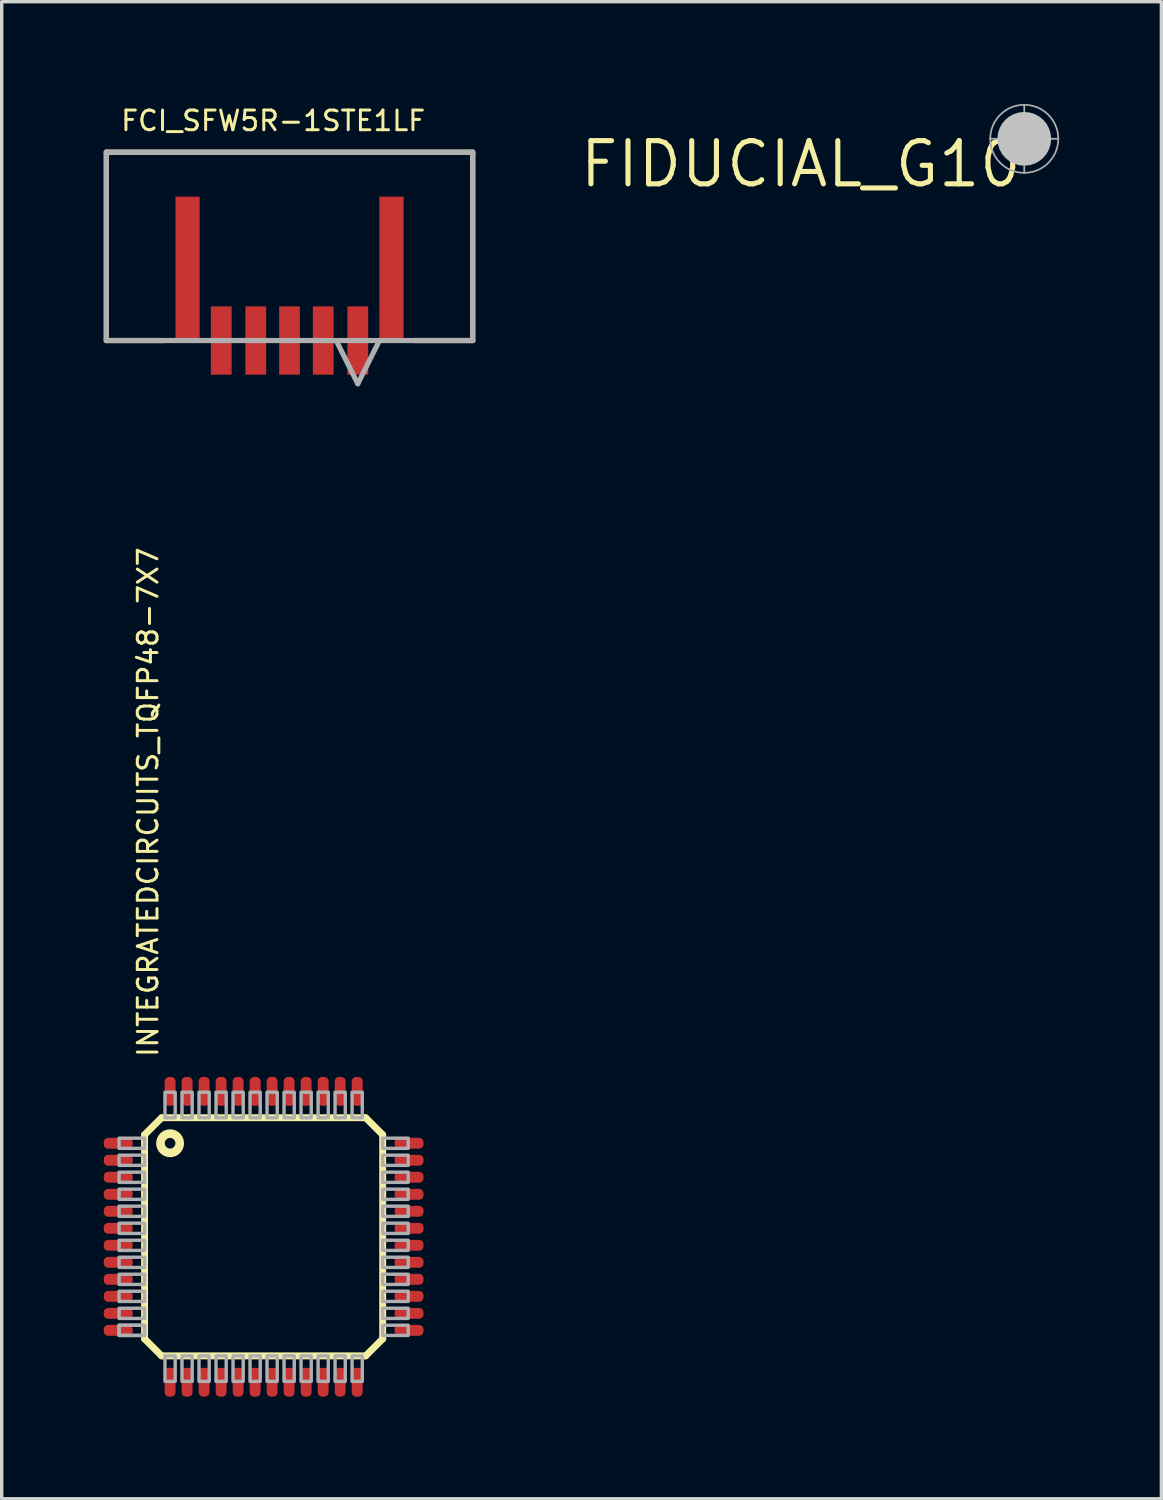
<source format=kicad_pcb>
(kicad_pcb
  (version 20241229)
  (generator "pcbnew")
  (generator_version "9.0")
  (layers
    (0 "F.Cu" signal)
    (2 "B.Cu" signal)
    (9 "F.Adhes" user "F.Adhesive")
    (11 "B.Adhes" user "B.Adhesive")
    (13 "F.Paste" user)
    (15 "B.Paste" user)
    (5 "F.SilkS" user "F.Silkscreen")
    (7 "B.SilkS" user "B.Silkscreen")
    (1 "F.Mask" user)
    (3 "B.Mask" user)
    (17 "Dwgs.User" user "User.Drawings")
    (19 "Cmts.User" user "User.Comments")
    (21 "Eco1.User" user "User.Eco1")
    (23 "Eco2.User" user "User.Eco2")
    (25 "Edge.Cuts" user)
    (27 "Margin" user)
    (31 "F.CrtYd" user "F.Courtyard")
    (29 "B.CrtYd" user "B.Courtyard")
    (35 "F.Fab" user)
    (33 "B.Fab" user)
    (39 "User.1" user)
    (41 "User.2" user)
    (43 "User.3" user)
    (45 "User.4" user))
  (footprint "INTEGRATEDCIRCUITS_TQFP48-7X7"
    (layer "F.Cu")
    (at 4.7 33.308)
    (property "Reference" "INTEGRATEDCIRCUITS_TQFP48-7X7" (at -3.06 -5.235 270) (layer "F.SilkS") (effects (font (size 0.579 0.579) (thickness 0.087)) (justify left bottom)))
    (attr through_hole)
    (fp_line (start -3.5 -3) (end -3 -3.5) (stroke (width 0.203) (type solid)) (layer "F.SilkS"))
    (fp_line (start -3.5 3) (end -3.5 -3) (stroke (width 0.203) (type solid)) (layer "F.SilkS"))
    (fp_line (start -3 -3.5) (end 3 -3.5) (stroke (width 0.203) (type solid)) (layer "F.SilkS"))
    (fp_line (start -3 3.5) (end -3.5 3) (stroke (width 0.203) (type solid)) (layer "F.SilkS"))
    (fp_line (start 3 -3.5) (end 3.5 -3) (stroke (width 0.203) (type solid)) (layer "F.SilkS"))
    (fp_line (start 3 3.5) (end -3 3.5) (stroke (width 0.203) (type solid)) (layer "F.SilkS"))
    (fp_line (start 3.5 -3) (end 3.5 3) (stroke (width 0.203) (type solid)) (layer "F.SilkS"))
    (fp_line (start 3.5 3) (end 3 3.5) (stroke (width 0.203) (type solid)) (layer "F.SilkS"))
    (fp_circle (center -2.75 -2.75) (end -2.467 -2.75) (stroke (width 0.254) (type solid)) (fill no) (layer "F.SilkS"))
    (fp_poly (pts (xy -4.25 -2.6) (xy -3.5 -2.6) (xy -3.5 -2.9) (xy -4.25 -2.9)) (stroke (width 0.1) (type solid)) (fill no) (layer "F.Fab"))
    (fp_poly (pts (xy -4.25 -2.1) (xy -3.5 -2.1) (xy -3.5 -2.4) (xy -4.25 -2.4)) (stroke (width 0.1) (type solid)) (fill no) (layer "F.Fab"))
    (fp_poly (pts (xy -4.25 -1.6) (xy -3.5 -1.6) (xy -3.5 -1.9) (xy -4.25 -1.9)) (stroke (width 0.1) (type solid)) (fill no) (layer "F.Fab"))
    (fp_poly (pts (xy -4.25 -1.1) (xy -3.5 -1.1) (xy -3.5 -1.4) (xy -4.25 -1.4)) (stroke (width 0.1) (type solid)) (fill no) (layer "F.Fab"))
    (fp_poly (pts (xy -4.25 -0.6) (xy -3.5 -0.6) (xy -3.5 -0.9) (xy -4.25 -0.9)) (stroke (width 0.1) (type solid)) (fill no) (layer "F.Fab"))
    (fp_poly (pts (xy -4.25 -0.1) (xy -3.5 -0.1) (xy -3.5 -0.4) (xy -4.25 -0.4)) (stroke (width 0.1) (type solid)) (fill no) (layer "F.Fab"))
    (fp_poly (pts (xy -4.25 0.4) (xy -3.5 0.4) (xy -3.5 0.1) (xy -4.25 0.1)) (stroke (width 0.1) (type solid)) (fill no) (layer "F.Fab"))
    (fp_poly (pts (xy -4.25 0.9) (xy -3.5 0.9) (xy -3.5 0.6) (xy -4.25 0.6)) (stroke (width 0.1) (type solid)) (fill no) (layer "F.Fab"))
    (fp_poly (pts (xy -4.25 1.4) (xy -3.5 1.4) (xy -3.5 1.1) (xy -4.25 1.1)) (stroke (width 0.1) (type solid)) (fill no) (layer "F.Fab"))
    (fp_poly (pts (xy -4.25 1.9) (xy -3.5 1.9) (xy -3.5 1.6) (xy -4.25 1.6)) (stroke (width 0.1) (type solid)) (fill no) (layer "F.Fab"))
    (fp_poly (pts (xy -4.25 2.4) (xy -3.5 2.4) (xy -3.5 2.1) (xy -4.25 2.1)) (stroke (width 0.1) (type solid)) (fill no) (layer "F.Fab"))
    (fp_poly (pts (xy -4.25 2.9) (xy -3.5 2.9) (xy -3.5 2.6) (xy -4.25 2.6)) (stroke (width 0.1) (type solid)) (fill no) (layer "F.Fab"))
    (fp_poly (pts (xy -4.25 2.9) (xy -3.5 2.9) (xy -3.5 2.6) (xy -4.25 2.6)) (stroke (width 0.1) (type solid)) (fill no) (layer "F.Fab"))
    (fp_poly (pts (xy -2.9 -3.5) (xy -2.6 -3.5) (xy -2.6 -4.25) (xy -2.9 -4.25)) (stroke (width 0.1) (type solid)) (fill no) (layer "F.Fab"))
    (fp_poly (pts (xy -2.9 4.25) (xy -2.6 4.25) (xy -2.6 3.5) (xy -2.9 3.5)) (stroke (width 0.1) (type solid)) (fill no) (layer "F.Fab"))
    (fp_poly (pts (xy -2.4 -3.5) (xy -2.1 -3.5) (xy -2.1 -4.25) (xy -2.4 -4.25)) (stroke (width 0.1) (type solid)) (fill no) (layer "F.Fab"))
    (fp_poly (pts (xy -2.4 4.25) (xy -2.1 4.25) (xy -2.1 3.5) (xy -2.4 3.5)) (stroke (width 0.1) (type solid)) (fill no) (layer "F.Fab"))
    (fp_poly (pts (xy -1.9 -3.5) (xy -1.6 -3.5) (xy -1.6 -4.25) (xy -1.9 -4.25)) (stroke (width 0.1) (type solid)) (fill no) (layer "F.Fab"))
    (fp_poly (pts (xy -1.9 4.25) (xy -1.6 4.25) (xy -1.6 3.5) (xy -1.9 3.5)) (stroke (width 0.1) (type solid)) (fill no) (layer "F.Fab"))
    (fp_poly (pts (xy -1.4 -3.5) (xy -1.1 -3.5) (xy -1.1 -4.25) (xy -1.4 -4.25)) (stroke (width 0.1) (type solid)) (fill no) (layer "F.Fab"))
    (fp_poly (pts (xy -1.4 4.25) (xy -1.1 4.25) (xy -1.1 3.5) (xy -1.4 3.5)) (stroke (width 0.1) (type solid)) (fill no) (layer "F.Fab"))
    (fp_poly (pts (xy -0.9 -3.5) (xy -0.6 -3.5) (xy -0.6 -4.25) (xy -0.9 -4.25)) (stroke (width 0.1) (type solid)) (fill no) (layer "F.Fab"))
    (fp_poly (pts (xy -0.9 4.25) (xy -0.6 4.25) (xy -0.6 3.5) (xy -0.9 3.5)) (stroke (width 0.1) (type solid)) (fill no) (layer "F.Fab"))
    (fp_poly (pts (xy -0.4 -3.5) (xy -0.1 -3.5) (xy -0.1 -4.25) (xy -0.4 -4.25)) (stroke (width 0.1) (type solid)) (fill no) (layer "F.Fab"))
    (fp_poly (pts (xy -0.4 4.25) (xy -0.1 4.25) (xy -0.1 3.5) (xy -0.4 3.5)) (stroke (width 0.1) (type solid)) (fill no) (layer "F.Fab"))
    (fp_poly (pts (xy 0.1 -3.5) (xy 0.4 -3.5) (xy 0.4 -4.25) (xy 0.1 -4.25)) (stroke (width 0.1) (type solid)) (fill no) (layer "F.Fab"))
    (fp_poly (pts (xy 0.1 4.25) (xy 0.4 4.25) (xy 0.4 3.5) (xy 0.1 3.5)) (stroke (width 0.1) (type solid)) (fill no) (layer "F.Fab"))
    (fp_poly (pts (xy 0.6 -3.5) (xy 0.9 -3.5) (xy 0.9 -4.25) (xy 0.6 -4.25)) (stroke (width 0.1) (type solid)) (fill no) (layer "F.Fab"))
    (fp_poly (pts (xy 0.6 4.25) (xy 0.9 4.25) (xy 0.9 3.5) (xy 0.6 3.5)) (stroke (width 0.1) (type solid)) (fill no) (layer "F.Fab"))
    (fp_poly (pts (xy 1.1 -3.5) (xy 1.4 -3.5) (xy 1.4 -4.25) (xy 1.1 -4.25)) (stroke (width 0.1) (type solid)) (fill no) (layer "F.Fab"))
    (fp_poly (pts (xy 1.1 4.25) (xy 1.4 4.25) (xy 1.4 3.5) (xy 1.1 3.5)) (stroke (width 0.1) (type solid)) (fill no) (layer "F.Fab"))
    (fp_poly (pts (xy 1.6 -3.5) (xy 1.9 -3.5) (xy 1.9 -4.25) (xy 1.6 -4.25)) (stroke (width 0.1) (type solid)) (fill no) (layer "F.Fab"))
    (fp_poly (pts (xy 1.6 4.25) (xy 1.9 4.25) (xy 1.9 3.5) (xy 1.6 3.5)) (stroke (width 0.1) (type solid)) (fill no) (layer "F.Fab"))
    (fp_poly (pts (xy 2.1 -3.5) (xy 2.4 -3.5) (xy 2.4 -4.25) (xy 2.1 -4.25)) (stroke (width 0.1) (type solid)) (fill no) (layer "F.Fab"))
    (fp_poly (pts (xy 2.1 4.25) (xy 2.4 4.25) (xy 2.4 3.5) (xy 2.1 3.5)) (stroke (width 0.1) (type solid)) (fill no) (layer "F.Fab"))
    (fp_poly (pts (xy 2.6 -3.5) (xy 2.9 -3.5) (xy 2.9 -4.25) (xy 2.6 -4.25)) (stroke (width 0.1) (type solid)) (fill no) (layer "F.Fab"))
    (fp_poly (pts (xy 2.6 4.25) (xy 2.9 4.25) (xy 2.9 3.5) (xy 2.6 3.5)) (stroke (width 0.1) (type solid)) (fill no) (layer "F.Fab"))
    (fp_poly (pts (xy 3.5 -2.6) (xy 4.25 -2.6) (xy 4.25 -2.9) (xy 3.5 -2.9)) (stroke (width 0.1) (type solid)) (fill no) (layer "F.Fab"))
    (fp_poly (pts (xy 3.5 -2.1) (xy 4.25 -2.1) (xy 4.25 -2.4) (xy 3.5 -2.4)) (stroke (width 0.1) (type solid)) (fill no) (layer "F.Fab"))
    (fp_poly (pts (xy 3.5 -1.6) (xy 4.25 -1.6) (xy 4.25 -1.9) (xy 3.5 -1.9)) (stroke (width 0.1) (type solid)) (fill no) (layer "F.Fab"))
    (fp_poly (pts (xy 3.5 -1.1) (xy 4.25 -1.1) (xy 4.25 -1.4) (xy 3.5 -1.4)) (stroke (width 0.1) (type solid)) (fill no) (layer "F.Fab"))
    (fp_poly (pts (xy 3.5 -0.6) (xy 4.25 -0.6) (xy 4.25 -0.9) (xy 3.5 -0.9)) (stroke (width 0.1) (type solid)) (fill no) (layer "F.Fab"))
    (fp_poly (pts (xy 3.5 -0.1) (xy 4.25 -0.1) (xy 4.25 -0.4) (xy 3.5 -0.4)) (stroke (width 0.1) (type solid)) (fill no) (layer "F.Fab"))
    (fp_poly (pts (xy 3.5 0.4) (xy 4.25 0.4) (xy 4.25 0.1) (xy 3.5 0.1)) (stroke (width 0.1) (type solid)) (fill no) (layer "F.Fab"))
    (fp_poly (pts (xy 3.5 0.9) (xy 4.25 0.9) (xy 4.25 0.6) (xy 3.5 0.6)) (stroke (width 0.1) (type solid)) (fill no) (layer "F.Fab"))
    (fp_poly (pts (xy 3.5 1.4) (xy 4.25 1.4) (xy 4.25 1.1) (xy 3.5 1.1)) (stroke (width 0.1) (type solid)) (fill no) (layer "F.Fab"))
    (fp_poly (pts (xy 3.5 1.9) (xy 4.25 1.9) (xy 4.25 1.6) (xy 3.5 1.6)) (stroke (width 0.1) (type solid)) (fill no) (layer "F.Fab"))
    (fp_poly (pts (xy 3.5 2.4) (xy 4.25 2.4) (xy 4.25 2.1) (xy 3.5 2.1)) (stroke (width 0.1) (type solid)) (fill no) (layer "F.Fab"))
    (fp_poly (pts (xy 3.5 2.9) (xy 4.25 2.9) (xy 4.25 2.6) (xy 3.5 2.6)) (stroke (width 0.1) (type solid)) (fill no) (layer "F.Fab"))
    (pad "1" smd roundrect (at -4.275 -2.75) (size 0.85 0.32) (layers "F.Cu" "F.Mask" "F.Paste") (roundrect_rratio 0.4))
    (pad "2" smd roundrect (at -4.275 -2.25) (size 0.85 0.32) (layers "F.Cu" "F.Mask" "F.Paste") (roundrect_rratio 0.4))
    (pad "3" smd roundrect (at -4.275 -1.75) (size 0.85 0.32) (layers "F.Cu" "F.Mask" "F.Paste") (roundrect_rratio 0.4))
    (pad "4" smd roundrect (at -4.275 -1.25) (size 0.85 0.32) (layers "F.Cu" "F.Mask" "F.Paste") (roundrect_rratio 0.4))
    (pad "5" smd roundrect (at -4.275 -0.75) (size 0.85 0.32) (layers "F.Cu" "F.Mask" "F.Paste") (roundrect_rratio 0.4))
    (pad "6" smd roundrect (at -4.275 -0.25) (size 0.85 0.32) (layers "F.Cu" "F.Mask" "F.Paste") (roundrect_rratio 0.4))
    (pad "7" smd roundrect (at -4.275 0.25) (size 0.85 0.32) (layers "F.Cu" "F.Mask" "F.Paste") (roundrect_rratio 0.4))
    (pad "8" smd roundrect (at -4.275 0.75) (size 0.85 0.32) (layers "F.Cu" "F.Mask" "F.Paste") (roundrect_rratio 0.4))
    (pad "9" smd roundrect (at -4.275 1.25) (size 0.85 0.32) (layers "F.Cu" "F.Mask" "F.Paste") (roundrect_rratio 0.4))
    (pad "10" smd roundrect (at -4.275 1.75) (size 0.85 0.32) (layers "F.Cu" "F.Mask" "F.Paste") (roundrect_rratio 0.4))
    (pad "11" smd roundrect (at -4.275 2.25) (size 0.85 0.32) (layers "F.Cu" "F.Mask" "F.Paste") (roundrect_rratio 0.4))
    (pad "12" smd roundrect (at -4.275 2.75) (size 0.85 0.32) (layers "F.Cu" "F.Mask" "F.Paste") (roundrect_rratio 0.4))
    (pad "13" smd roundrect (at -2.75 4.275 90) (size 0.85 0.32) (layers "F.Cu" "F.Mask" "F.Paste") (roundrect_rratio 0.4))
    (pad "14" smd roundrect (at -2.25 4.275 90) (size 0.85 0.32) (layers "F.Cu" "F.Mask" "F.Paste") (roundrect_rratio 0.4))
    (pad "15" smd roundrect (at -1.75 4.275 90) (size 0.85 0.32) (layers "F.Cu" "F.Mask" "F.Paste") (roundrect_rratio 0.4))
    (pad "16" smd roundrect (at -1.25 4.275 90) (size 0.85 0.32) (layers "F.Cu" "F.Mask" "F.Paste") (roundrect_rratio 0.4))
    (pad "17" smd roundrect (at -0.75 4.275 90) (size 0.85 0.32) (layers "F.Cu" "F.Mask" "F.Paste") (roundrect_rratio 0.4))
    (pad "18" smd roundrect (at -0.25 4.275 90) (size 0.85 0.32) (layers "F.Cu" "F.Mask" "F.Paste") (roundrect_rratio 0.4))
    (pad "19" smd roundrect (at 0.25 4.275 90) (size 0.85 0.32) (layers "F.Cu" "F.Mask" "F.Paste") (roundrect_rratio 0.4))
    (pad "20" smd roundrect (at 0.75 4.275 90) (size 0.85 0.32) (layers "F.Cu" "F.Mask" "F.Paste") (roundrect_rratio 0.4))
    (pad "21" smd roundrect (at 1.25 4.275 90) (size 0.85 0.32) (layers "F.Cu" "F.Mask" "F.Paste") (roundrect_rratio 0.4))
    (pad "22" smd roundrect (at 1.75 4.275 90) (size 0.85 0.32) (layers "F.Cu" "F.Mask" "F.Paste") (roundrect_rratio 0.4))
    (pad "23" smd roundrect (at 2.25 4.275 90) (size 0.85 0.32) (layers "F.Cu" "F.Mask" "F.Paste") (roundrect_rratio 0.4))
    (pad "24" smd roundrect (at 2.75 4.275 90) (size 0.85 0.32) (layers "F.Cu" "F.Mask" "F.Paste") (roundrect_rratio 0.4))
    (pad "25" smd roundrect (at 4.275 2.75) (size 0.85 0.32) (layers "F.Cu" "F.Mask" "F.Paste") (roundrect_rratio 0.4))
    (pad "26" smd roundrect (at 4.275 2.25) (size 0.85 0.32) (layers "F.Cu" "F.Mask" "F.Paste") (roundrect_rratio 0.4))
    (pad "27" smd roundrect (at 4.275 1.75) (size 0.85 0.32) (layers "F.Cu" "F.Mask" "F.Paste") (roundrect_rratio 0.4))
    (pad "28" smd roundrect (at 4.275 1.25) (size 0.85 0.32) (layers "F.Cu" "F.Mask" "F.Paste") (roundrect_rratio 0.4))
    (pad "29" smd roundrect (at 4.275 0.75) (size 0.85 0.32) (layers "F.Cu" "F.Mask" "F.Paste") (roundrect_rratio 0.4))
    (pad "30" smd roundrect (at 4.275 0.25) (size 0.85 0.32) (layers "F.Cu" "F.Mask" "F.Paste") (roundrect_rratio 0.4))
    (pad "31" smd roundrect (at 4.275 -0.25) (size 0.85 0.32) (layers "F.Cu" "F.Mask" "F.Paste") (roundrect_rratio 0.4))
    (pad "32" smd roundrect (at 4.275 -0.75) (size 0.85 0.32) (layers "F.Cu" "F.Mask" "F.Paste") (roundrect_rratio 0.4))
    (pad "33" smd roundrect (at 4.275 -1.25) (size 0.85 0.32) (layers "F.Cu" "F.Mask" "F.Paste") (roundrect_rratio 0.4))
    (pad "34" smd roundrect (at 4.275 -1.75) (size 0.85 0.32) (layers "F.Cu" "F.Mask" "F.Paste") (roundrect_rratio 0.4))
    (pad "35" smd roundrect (at 4.275 -2.25) (size 0.85 0.32) (layers "F.Cu" "F.Mask" "F.Paste") (roundrect_rratio 0.4))
    (pad "36" smd roundrect (at 4.275 -2.75) (size 0.85 0.32) (layers "F.Cu" "F.Mask" "F.Paste") (roundrect_rratio 0.4))
    (pad "37" smd roundrect (at 2.75 -4.275 90) (size 0.85 0.32) (layers "F.Cu" "F.Mask" "F.Paste") (roundrect_rratio 0.4))
    (pad "38" smd roundrect (at 2.25 -4.275 90) (size 0.85 0.32) (layers "F.Cu" "F.Mask" "F.Paste") (roundrect_rratio 0.4))
    (pad "39" smd roundrect (at 1.75 -4.275 90) (size 0.85 0.32) (layers "F.Cu" "F.Mask" "F.Paste") (roundrect_rratio 0.4))
    (pad "40" smd roundrect (at 1.25 -4.275 90) (size 0.85 0.32) (layers "F.Cu" "F.Mask" "F.Paste") (roundrect_rratio 0.4))
    (pad "41" smd roundrect (at 0.75 -4.275 90) (size 0.85 0.32) (layers "F.Cu" "F.Mask" "F.Paste") (roundrect_rratio 0.4))
    (pad "42" smd roundrect (at 0.25 -4.275 90) (size 0.85 0.32) (layers "F.Cu" "F.Mask" "F.Paste") (roundrect_rratio 0.4))
    (pad "43" smd roundrect (at -0.25 -4.275 90) (size 0.85 0.32) (layers "F.Cu" "F.Mask" "F.Paste") (roundrect_rratio 0.4))
    (pad "44" smd roundrect (at -0.75 -4.275 90) (size 0.85 0.32) (layers "F.Cu" "F.Mask" "F.Paste") (roundrect_rratio 0.4))
    (pad "45" smd roundrect (at -1.25 -4.275 90) (size 0.85 0.32) (layers "F.Cu" "F.Mask" "F.Paste") (roundrect_rratio 0.4))
    (pad "46" smd roundrect (at -1.75 -4.275 90) (size 0.85 0.32) (layers "F.Cu" "F.Mask" "F.Paste") (roundrect_rratio 0.4))
    (pad "47" smd roundrect (at -2.25 -4.275 90) (size 0.85 0.32) (layers "F.Cu" "F.Mask" "F.Paste") (roundrect_rratio 0.4))
    (pad "48" smd roundrect (at -2.75 -4.275 90) (size 0.85 0.32) (layers "F.Cu" "F.Mask" "F.Paste") (roundrect_rratio 0.4)))
  (footprint "FIDUCIAL_G10"
    (layer "F.Cu")
    (at 27.06 1.031)
    (property "Reference" "FIDUCIAL_G10" (at 0 0 0) (layer "F.SilkS") (effects (font (size 1.27 1.27) (thickness 0.15)) (justify right top)))
    (attr through_hole)
    (fp_circle (center 0 0) (end 0.25 0) (stroke (width 0.5) (type solid)) (fill no) (layer "F.Cu"))
    (fp_circle (center 0 0) (end 0.515 0) (stroke (width 1.031) (type solid)) (fill no) (layer "F.Mask"))
    (fp_circle (center 0 0) (end 0.395 0) (stroke (width 0.79) (type solid)) (fill no) (layer "Dwgs.User"))
    (fp_line (start -1 0) (end 1 0) (stroke (width 0.051) (type solid)) (layer "F.Fab"))
    (fp_line (start 0 -1) (end 0 1) (stroke (width 0.051) (type solid)) (layer "F.Fab"))
    (fp_circle (center 0 0) (end 0.5 0) (stroke (width 0.051) (type solid)) (fill no) (layer "F.Fab"))
    (fp_circle (center 0 0) (end 1 0) (stroke (width 0.051) (type solid)) (fill no) (layer "F.Fab")))
  (footprint "FCI_SFW5R-1STE1LF"
    (layer "F.Cu")
    (at 5.461 9.704)
    (property "Reference" "FCI_SFW5R-1STE1LF" (at -5.004 -8.865 0) (layer "F.SilkS") (effects (font (size 0.579 0.579) (thickness 0.087)) (justify left bottom)))
    (attr through_hole)
    (fp_line (start -5.385 -8.28) (end -5.385 -2.743) (stroke (width 0.152) (type solid)) (layer "F.SilkS"))
    (fp_line (start -5.385 -2.743) (end -3.683 -2.743) (stroke (width 0.152) (type solid)) (layer "F.SilkS"))
    (fp_line (start 3.683 -2.743) (end 5.385 -2.743) (stroke (width 0.152) (type solid)) (layer "F.SilkS"))
    (fp_line (start 5.385 -8.28) (end -5.385 -8.28) (stroke (width 0.152) (type solid)) (layer "F.SilkS"))
    (fp_line (start 5.385 -2.743) (end 5.385 -8.28) (stroke (width 0.152) (type solid)) (layer "F.SilkS"))
    (fp_line (start -5.385 -8.28) (end -5.385 -2.743) (stroke (width 0.152) (type solid)) (layer "F.Fab"))
    (fp_line (start -5.385 -2.743) (end 5.385 -2.743) (stroke (width 0.152) (type solid)) (layer "F.Fab"))
    (fp_line (start 1.372 -2.743) (end 2.007 -1.473) (stroke (width 0.152) (type solid)) (layer "F.Fab"))
    (fp_line (start 2.642 -2.743) (end 2.007 -1.473) (stroke (width 0.152) (type solid)) (layer "F.Fab"))
    (fp_line (start 5.385 -8.28) (end -5.385 -8.28) (stroke (width 0.152) (type solid)) (layer "F.Fab"))
    (fp_line (start 5.385 -2.743) (end 5.385 -8.28) (stroke (width 0.152) (type solid)) (layer "F.Fab"))
    (pad "1" smd rect (at 2.007 -2.743 270) (size 2.007 0.61) (layers "F.Cu" "F.Mask" "F.Paste"))
    (pad "2" smd rect (at 0.991 -2.743 270) (size 2.007 0.61) (layers "F.Cu" "F.Mask" "F.Paste"))
    (pad "3" smd rect (at 0 -2.743 270) (size 2.007 0.61) (layers "F.Cu" "F.Mask" "F.Paste"))
    (pad "4" smd rect (at -0.991 -2.743 270) (size 2.007 0.61) (layers "F.Cu" "F.Mask" "F.Paste"))
    (pad "5" smd rect (at -2.007 -2.743 270) (size 2.007 0.61) (layers "F.Cu" "F.Mask" "F.Paste"))
    (pad "6" smd rect (at -2.997 -4.877) (size 0.711 4.191) (layers "F.Cu" "F.Mask" "F.Paste"))
    (pad "7" smd rect (at 2.997 -4.877) (size 0.711 4.191) (layers "F.Cu" "F.Mask" "F.Paste")))
  (gr_rect
    (start -3 -3)
    (end 31.091 41.008)
    (stroke (width 0.1) (type default))
    (fill no)
    (layer "Edge.Cuts")))
</source>
